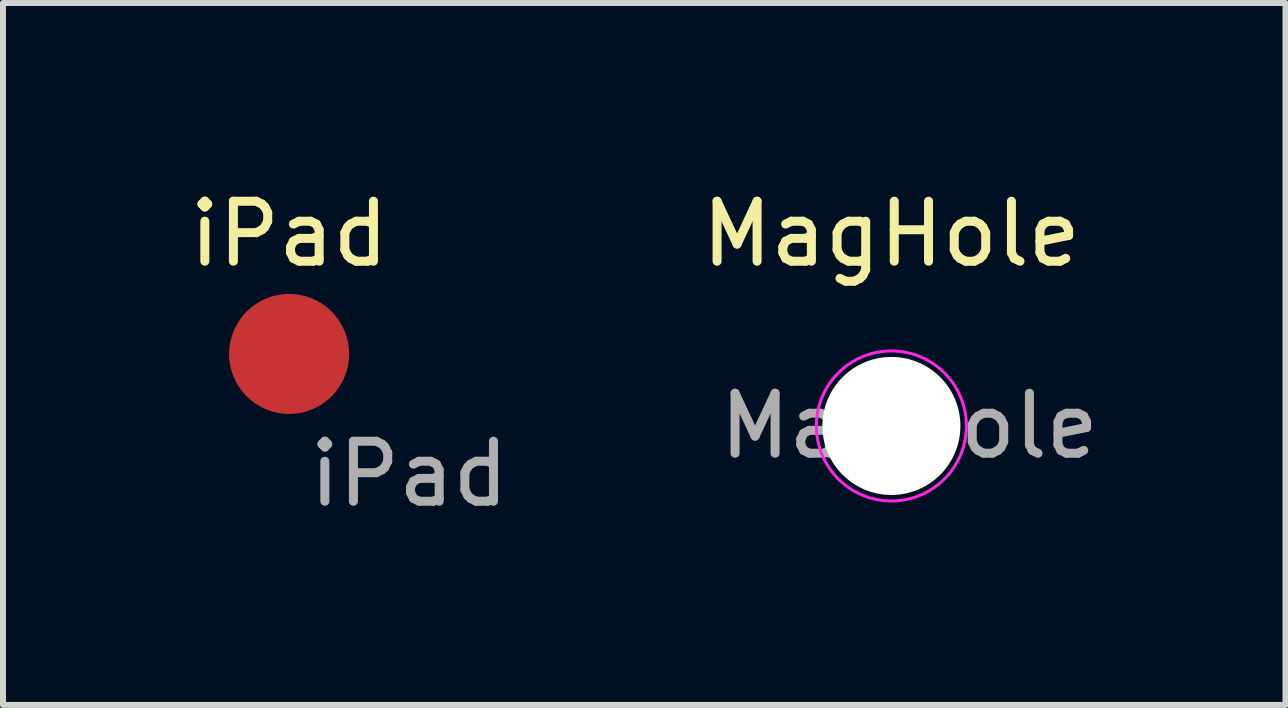
<source format=kicad_pcb>
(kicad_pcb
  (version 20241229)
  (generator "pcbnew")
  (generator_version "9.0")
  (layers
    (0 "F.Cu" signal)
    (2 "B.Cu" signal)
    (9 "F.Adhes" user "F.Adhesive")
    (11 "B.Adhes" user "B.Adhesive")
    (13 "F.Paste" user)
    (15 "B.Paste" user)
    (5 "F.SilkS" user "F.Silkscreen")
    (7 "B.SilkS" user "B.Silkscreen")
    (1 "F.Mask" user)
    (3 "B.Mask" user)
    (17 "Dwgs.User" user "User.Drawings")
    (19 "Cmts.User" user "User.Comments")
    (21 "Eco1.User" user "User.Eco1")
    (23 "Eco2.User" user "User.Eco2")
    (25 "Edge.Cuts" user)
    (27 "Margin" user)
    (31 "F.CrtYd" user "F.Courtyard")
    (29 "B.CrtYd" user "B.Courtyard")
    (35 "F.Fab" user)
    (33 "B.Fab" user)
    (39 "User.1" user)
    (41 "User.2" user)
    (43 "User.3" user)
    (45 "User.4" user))
  (footprint "MagHole"
    (layer "F.Cu")
    (at 11.804 4.048)
    (property "Reference" "MagHole" (at 0 -3.2 0) (layer "F.SilkS") (effects (font (size 1 1) (thickness 0.15))))
    (attr exclude_from_pos_files exclude_from_bom)
    (fp_circle (center 0 0) (end 1.25 0) (stroke (width 0.05) (type solid)) (fill no) (layer "F.CrtYd"))
    (fp_text user "${REFERENCE}" (at 0.3 0 0) (layer "F.Fab") (effects (font (size 1 1) (thickness 0.15))))
    (pad "" np_thru_hole circle (at 0 0) (size 2.3 2.3) (drill 2.3) (layers "*.Cu" "*.Mask")))
  (footprint "iPad"
    (layer "F.Cu")
    (at 1.768 2.848)
    (property "Reference" "iPad" (at 0 -2 0) (unlocked yes) (layer "F.SilkS") (effects (font (size 1 1) (thickness 0.15))))
    (attr smd)
    (fp_text user "${REFERENCE}" (at 2 2 0) (unlocked yes) (layer "F.Fab") (effects (font (size 1 1) (thickness 0.15))))
    (pad "1" smd circle (at 0 0) (size 2 2) (layers "F.Cu" "F.Mask" "F.Paste")))
  (gr_rect
    (start -3 -3)
    (end 18.371 8.697)
    (stroke (width 0.1) (type default))
    (fill no)
    (layer "Edge.Cuts")))
</source>
